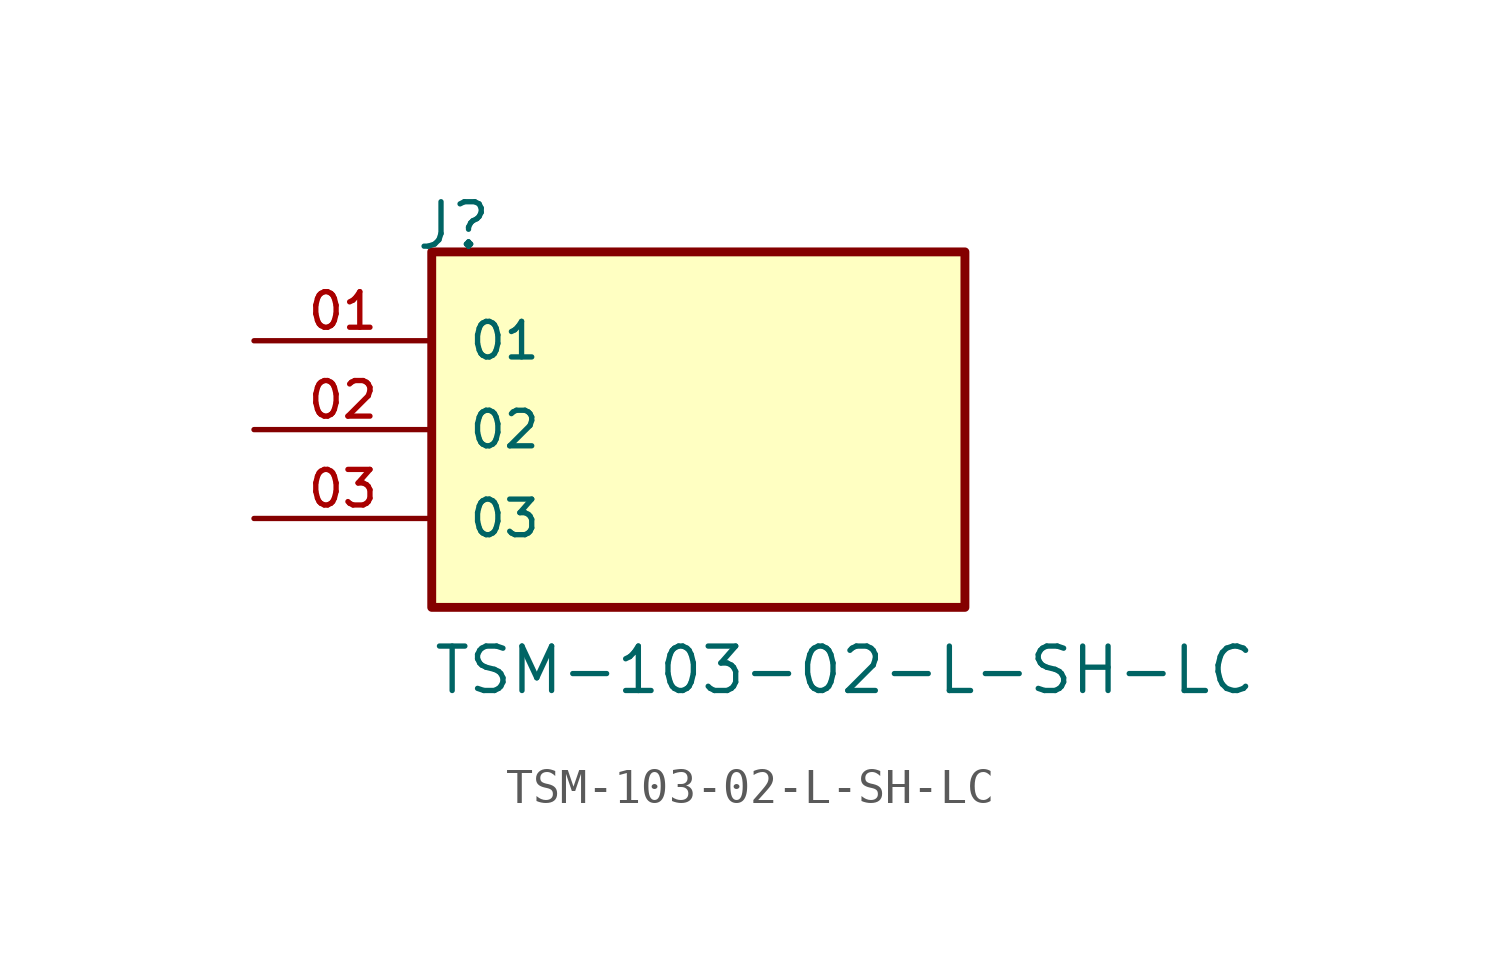
<source format=kicad_sym>
(kicad_symbol_lib
  (version 20211014)
  (generator kicad_symbol_editor)
  (symbol "TSM-103-02-L-SH-LC"
    (pin_names
      (offset 1.016))
    (property "Reference" "J"
      (at -8.12 5.08 0)
      (effects (font (size 1.27 1.27)) (justify bottom left)))
    (property "Value" "TSM-103-02-L-SH-LC"
      (at -7.62 -7.62 0)
      (effects (font (size 1.27 1.27)) (justify bottom left)))
    (symbol "TSM-103-02-L-SH-LC_0_0"
      (rectangle (start -7.62 -5.08) (end 7.62 5.08) (stroke (width 0.254)) (fill (type background)))
      (pin passive line (at -12.7 2.54 0) (length 5.08) (name "01" (effects (font (size 1.016 1.016)))) (number "01" (effects (font (size 1.016 1.016)))))
      (pin passive line (at -12.7 0.0 0) (length 5.08) (name "02" (effects (font (size 1.016 1.016)))) (number "02" (effects (font (size 1.016 1.016)))))
      (pin passive line (at -12.7 -2.54 0) (length 5.08) (name "03" (effects (font (size 1.016 1.016)))) (number "03" (effects (font (size 1.016 1.016))))))))
</source>
